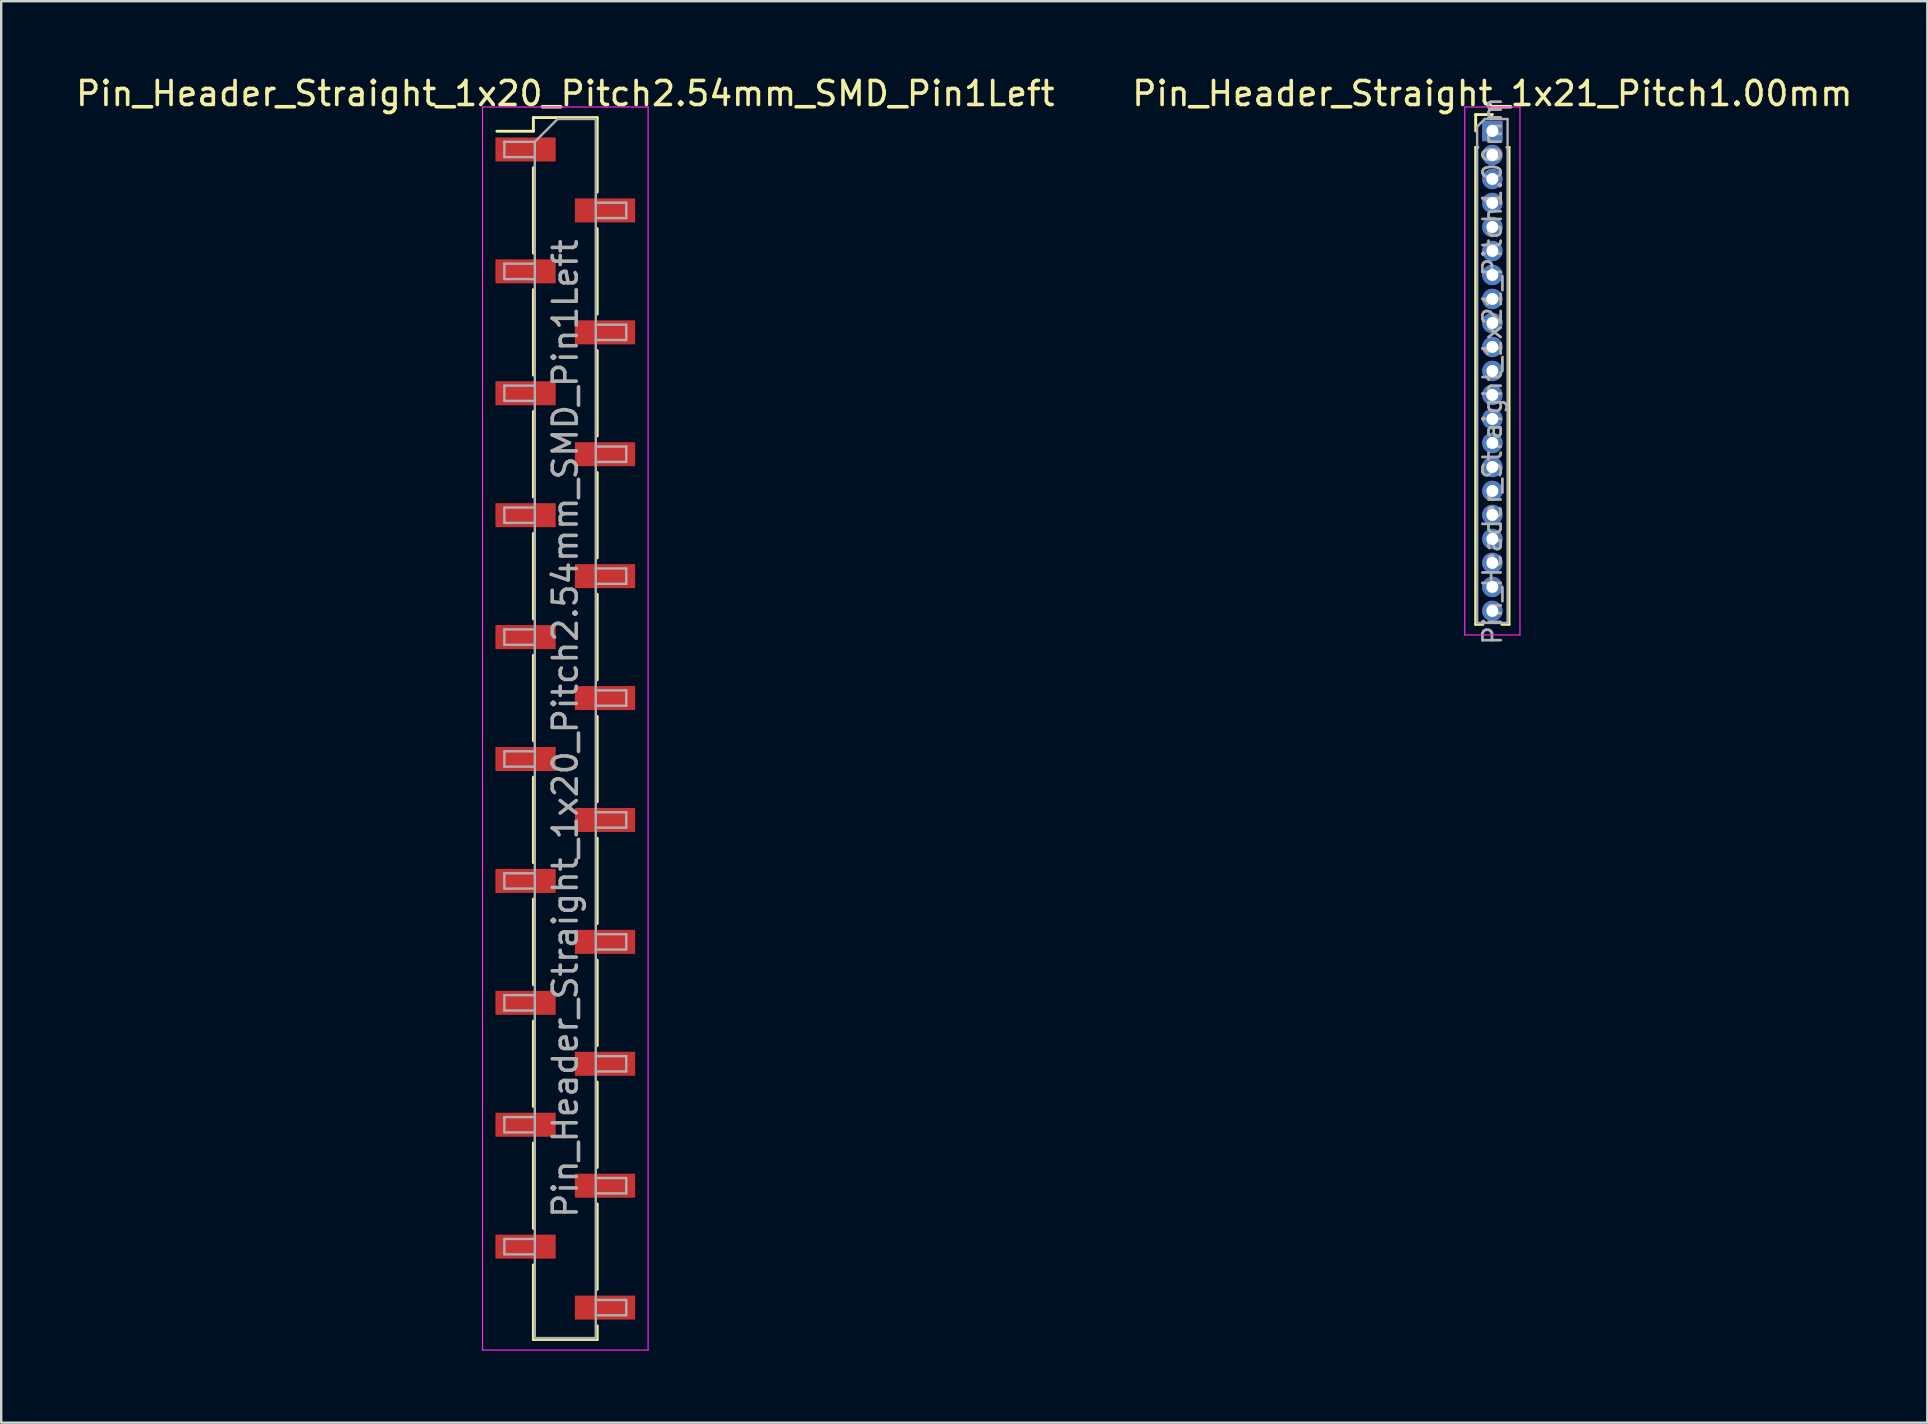
<source format=kicad_pcb>
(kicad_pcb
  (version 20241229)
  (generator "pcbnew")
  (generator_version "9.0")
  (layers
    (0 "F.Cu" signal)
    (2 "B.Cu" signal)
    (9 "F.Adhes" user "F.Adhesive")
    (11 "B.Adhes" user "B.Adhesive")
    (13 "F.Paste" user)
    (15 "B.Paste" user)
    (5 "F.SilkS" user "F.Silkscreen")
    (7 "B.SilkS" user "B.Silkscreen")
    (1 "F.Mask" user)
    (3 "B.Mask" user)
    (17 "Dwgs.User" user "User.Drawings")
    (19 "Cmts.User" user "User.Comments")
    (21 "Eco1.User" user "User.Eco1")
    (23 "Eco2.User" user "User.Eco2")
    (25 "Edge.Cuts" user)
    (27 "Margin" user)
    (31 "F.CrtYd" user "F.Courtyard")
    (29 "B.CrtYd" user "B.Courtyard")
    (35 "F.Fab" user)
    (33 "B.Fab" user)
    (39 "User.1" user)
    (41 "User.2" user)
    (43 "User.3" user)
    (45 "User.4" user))
  (footprint "Pin_Header_Straight_1x20_Pitch2.54mm_SMD_Pin1Left"
    (layer "F.Cu")
    (at 20.506 27.308)
    (property "Reference" "Pin_Header_Straight_1x20_Pitch2.54mm_SMD_Pin1Left" (at 0 -26.46 0) (layer "F.SilkS") (effects (font (size 1 1) (thickness 0.15))))
    (attr smd)
    (fp_line (start -1.33 -25.46) (end -1.33 -24.89) (stroke (width 0.12) (type solid)) (layer "F.SilkS"))
    (fp_line (start -1.33 -25.46) (end 1.33 -25.46) (stroke (width 0.12) (type solid)) (layer "F.SilkS"))
    (fp_line (start -1.33 -24.89) (end -2.85 -24.89) (stroke (width 0.12) (type solid)) (layer "F.SilkS"))
    (fp_line (start -1.33 -23.37) (end -1.33 -19.81) (stroke (width 0.12) (type solid)) (layer "F.SilkS"))
    (fp_line (start -1.33 -18.29) (end -1.33 -14.73) (stroke (width 0.12) (type solid)) (layer "F.SilkS"))
    (fp_line (start -1.33 -13.21) (end -1.33 -9.65) (stroke (width 0.12) (type solid)) (layer "F.SilkS"))
    (fp_line (start -1.33 -8.13) (end -1.33 -4.57) (stroke (width 0.12) (type solid)) (layer "F.SilkS"))
    (fp_line (start -1.33 -3.05) (end -1.33 0.51) (stroke (width 0.12) (type solid)) (layer "F.SilkS"))
    (fp_line (start -1.33 2.03) (end -1.33 5.59) (stroke (width 0.12) (type solid)) (layer "F.SilkS"))
    (fp_line (start -1.33 7.11) (end -1.33 10.67) (stroke (width 0.12) (type solid)) (layer "F.SilkS"))
    (fp_line (start -1.33 12.19) (end -1.33 15.75) (stroke (width 0.12) (type solid)) (layer "F.SilkS"))
    (fp_line (start -1.33 17.27) (end -1.33 20.83) (stroke (width 0.12) (type solid)) (layer "F.SilkS"))
    (fp_line (start -1.33 22.35) (end -1.33 25.46) (stroke (width 0.12) (type solid)) (layer "F.SilkS"))
    (fp_line (start -1.33 25.46) (end 1.33 25.46) (stroke (width 0.12) (type solid)) (layer "F.SilkS"))
    (fp_line (start 1.33 -25.46) (end 1.33 -22.35) (stroke (width 0.12) (type solid)) (layer "F.SilkS"))
    (fp_line (start 1.33 -20.83) (end 1.33 -17.27) (stroke (width 0.12) (type solid)) (layer "F.SilkS"))
    (fp_line (start 1.33 -15.75) (end 1.33 -12.19) (stroke (width 0.12) (type solid)) (layer "F.SilkS"))
    (fp_line (start 1.33 -10.67) (end 1.33 -7.11) (stroke (width 0.12) (type solid)) (layer "F.SilkS"))
    (fp_line (start 1.33 -5.59) (end 1.33 -2.03) (stroke (width 0.12) (type solid)) (layer "F.SilkS"))
    (fp_line (start 1.33 -0.51) (end 1.33 3.05) (stroke (width 0.12) (type solid)) (layer "F.SilkS"))
    (fp_line (start 1.33 4.57) (end 1.33 8.13) (stroke (width 0.12) (type solid)) (layer "F.SilkS"))
    (fp_line (start 1.33 9.65) (end 1.33 13.21) (stroke (width 0.12) (type solid)) (layer "F.SilkS"))
    (fp_line (start 1.33 14.73) (end 1.33 18.29) (stroke (width 0.12) (type solid)) (layer "F.SilkS"))
    (fp_line (start 1.33 19.81) (end 1.33 23.37) (stroke (width 0.12) (type solid)) (layer "F.SilkS"))
    (fp_line (start 1.33 24.89) (end 1.33 25.46) (stroke (width 0.12) (type solid)) (layer "F.SilkS"))
    (fp_line (start -3.45 -25.9) (end -3.45 25.9) (stroke (width 0.05) (type solid)) (layer "F.CrtYd"))
    (fp_line (start -3.45 25.9) (end 3.45 25.9) (stroke (width 0.05) (type solid)) (layer "F.CrtYd"))
    (fp_line (start 3.45 -25.9) (end -3.45 -25.9) (stroke (width 0.05) (type solid)) (layer "F.CrtYd"))
    (fp_line (start 3.45 25.9) (end 3.45 -25.9) (stroke (width 0.05) (type solid)) (layer "F.CrtYd"))
    (fp_line (start -2.54 -24.45) (end -2.54 -23.81) (stroke (width 0.1) (type solid)) (layer "F.Fab"))
    (fp_line (start -2.54 -23.81) (end -1.27 -23.81) (stroke (width 0.1) (type solid)) (layer "F.Fab"))
    (fp_line (start -2.54 -19.37) (end -2.54 -18.73) (stroke (width 0.1) (type solid)) (layer "F.Fab"))
    (fp_line (start -2.54 -18.73) (end -1.27 -18.73) (stroke (width 0.1) (type solid)) (layer "F.Fab"))
    (fp_line (start -2.54 -14.29) (end -2.54 -13.65) (stroke (width 0.1) (type solid)) (layer "F.Fab"))
    (fp_line (start -2.54 -13.65) (end -1.27 -13.65) (stroke (width 0.1) (type solid)) (layer "F.Fab"))
    (fp_line (start -2.54 -9.21) (end -2.54 -8.57) (stroke (width 0.1) (type solid)) (layer "F.Fab"))
    (fp_line (start -2.54 -8.57) (end -1.27 -8.57) (stroke (width 0.1) (type solid)) (layer "F.Fab"))
    (fp_line (start -2.54 -4.13) (end -2.54 -3.49) (stroke (width 0.1) (type solid)) (layer "F.Fab"))
    (fp_line (start -2.54 -3.49) (end -1.27 -3.49) (stroke (width 0.1) (type solid)) (layer "F.Fab"))
    (fp_line (start -2.54 0.95) (end -2.54 1.59) (stroke (width 0.1) (type solid)) (layer "F.Fab"))
    (fp_line (start -2.54 1.59) (end -1.27 1.59) (stroke (width 0.1) (type solid)) (layer "F.Fab"))
    (fp_line (start -2.54 6.03) (end -2.54 6.67) (stroke (width 0.1) (type solid)) (layer "F.Fab"))
    (fp_line (start -2.54 6.67) (end -1.27 6.67) (stroke (width 0.1) (type solid)) (layer "F.Fab"))
    (fp_line (start -2.54 11.11) (end -2.54 11.75) (stroke (width 0.1) (type solid)) (layer "F.Fab"))
    (fp_line (start -2.54 11.75) (end -1.27 11.75) (stroke (width 0.1) (type solid)) (layer "F.Fab"))
    (fp_line (start -2.54 16.19) (end -2.54 16.83) (stroke (width 0.1) (type solid)) (layer "F.Fab"))
    (fp_line (start -2.54 16.83) (end -1.27 16.83) (stroke (width 0.1) (type solid)) (layer "F.Fab"))
    (fp_line (start -2.54 21.27) (end -2.54 21.91) (stroke (width 0.1) (type solid)) (layer "F.Fab"))
    (fp_line (start -2.54 21.91) (end -1.27 21.91) (stroke (width 0.1) (type solid)) (layer "F.Fab"))
    (fp_line (start -1.27 -24.45) (end -2.54 -24.45) (stroke (width 0.1) (type solid)) (layer "F.Fab"))
    (fp_line (start -1.27 -24.45) (end -0.32 -25.4) (stroke (width 0.1) (type solid)) (layer "F.Fab"))
    (fp_line (start -1.27 -19.37) (end -2.54 -19.37) (stroke (width 0.1) (type solid)) (layer "F.Fab"))
    (fp_line (start -1.27 -14.29) (end -2.54 -14.29) (stroke (width 0.1) (type solid)) (layer "F.Fab"))
    (fp_line (start -1.27 -9.21) (end -2.54 -9.21) (stroke (width 0.1) (type solid)) (layer "F.Fab"))
    (fp_line (start -1.27 -4.13) (end -2.54 -4.13) (stroke (width 0.1) (type solid)) (layer "F.Fab"))
    (fp_line (start -1.27 0.95) (end -2.54 0.95) (stroke (width 0.1) (type solid)) (layer "F.Fab"))
    (fp_line (start -1.27 6.03) (end -2.54 6.03) (stroke (width 0.1) (type solid)) (layer "F.Fab"))
    (fp_line (start -1.27 11.11) (end -2.54 11.11) (stroke (width 0.1) (type solid)) (layer "F.Fab"))
    (fp_line (start -1.27 16.19) (end -2.54 16.19) (stroke (width 0.1) (type solid)) (layer "F.Fab"))
    (fp_line (start -1.27 21.27) (end -2.54 21.27) (stroke (width 0.1) (type solid)) (layer "F.Fab"))
    (fp_line (start -1.27 25.4) (end -1.27 -24.45) (stroke (width 0.1) (type solid)) (layer "F.Fab"))
    (fp_line (start -0.32 -25.4) (end 1.27 -25.4) (stroke (width 0.1) (type solid)) (layer "F.Fab"))
    (fp_line (start 1.27 -25.4) (end 1.27 25.4) (stroke (width 0.1) (type solid)) (layer "F.Fab"))
    (fp_line (start 1.27 -21.91) (end 2.54 -21.91) (stroke (width 0.1) (type solid)) (layer "F.Fab"))
    (fp_line (start 1.27 -16.83) (end 2.54 -16.83) (stroke (width 0.1) (type solid)) (layer "F.Fab"))
    (fp_line (start 1.27 -11.75) (end 2.54 -11.75) (stroke (width 0.1) (type solid)) (layer "F.Fab"))
    (fp_line (start 1.27 -6.67) (end 2.54 -6.67) (stroke (width 0.1) (type solid)) (layer "F.Fab"))
    (fp_line (start 1.27 -1.59) (end 2.54 -1.59) (stroke (width 0.1) (type solid)) (layer "F.Fab"))
    (fp_line (start 1.27 3.49) (end 2.54 3.49) (stroke (width 0.1) (type solid)) (layer "F.Fab"))
    (fp_line (start 1.27 8.57) (end 2.54 8.57) (stroke (width 0.1) (type solid)) (layer "F.Fab"))
    (fp_line (start 1.27 13.65) (end 2.54 13.65) (stroke (width 0.1) (type solid)) (layer "F.Fab"))
    (fp_line (start 1.27 18.73) (end 2.54 18.73) (stroke (width 0.1) (type solid)) (layer "F.Fab"))
    (fp_line (start 1.27 23.81) (end 2.54 23.81) (stroke (width 0.1) (type solid)) (layer "F.Fab"))
    (fp_line (start 1.27 25.4) (end -1.27 25.4) (stroke (width 0.1) (type solid)) (layer "F.Fab"))
    (fp_line (start 2.54 -21.91) (end 2.54 -21.27) (stroke (width 0.1) (type solid)) (layer "F.Fab"))
    (fp_line (start 2.54 -21.27) (end 1.27 -21.27) (stroke (width 0.1) (type solid)) (layer "F.Fab"))
    (fp_line (start 2.54 -16.83) (end 2.54 -16.19) (stroke (width 0.1) (type solid)) (layer "F.Fab"))
    (fp_line (start 2.54 -16.19) (end 1.27 -16.19) (stroke (width 0.1) (type solid)) (layer "F.Fab"))
    (fp_line (start 2.54 -11.75) (end 2.54 -11.11) (stroke (width 0.1) (type solid)) (layer "F.Fab"))
    (fp_line (start 2.54 -11.11) (end 1.27 -11.11) (stroke (width 0.1) (type solid)) (layer "F.Fab"))
    (fp_line (start 2.54 -6.67) (end 2.54 -6.03) (stroke (width 0.1) (type solid)) (layer "F.Fab"))
    (fp_line (start 2.54 -6.03) (end 1.27 -6.03) (stroke (width 0.1) (type solid)) (layer "F.Fab"))
    (fp_line (start 2.54 -1.59) (end 2.54 -0.95) (stroke (width 0.1) (type solid)) (layer "F.Fab"))
    (fp_line (start 2.54 -0.95) (end 1.27 -0.95) (stroke (width 0.1) (type solid)) (layer "F.Fab"))
    (fp_line (start 2.54 3.49) (end 2.54 4.13) (stroke (width 0.1) (type solid)) (layer "F.Fab"))
    (fp_line (start 2.54 4.13) (end 1.27 4.13) (stroke (width 0.1) (type solid)) (layer "F.Fab"))
    (fp_line (start 2.54 8.57) (end 2.54 9.21) (stroke (width 0.1) (type solid)) (layer "F.Fab"))
    (fp_line (start 2.54 9.21) (end 1.27 9.21) (stroke (width 0.1) (type solid)) (layer "F.Fab"))
    (fp_line (start 2.54 13.65) (end 2.54 14.29) (stroke (width 0.1) (type solid)) (layer "F.Fab"))
    (fp_line (start 2.54 14.29) (end 1.27 14.29) (stroke (width 0.1) (type solid)) (layer "F.Fab"))
    (fp_line (start 2.54 18.73) (end 2.54 19.37) (stroke (width 0.1) (type solid)) (layer "F.Fab"))
    (fp_line (start 2.54 19.37) (end 1.27 19.37) (stroke (width 0.1) (type solid)) (layer "F.Fab"))
    (fp_line (start 2.54 23.81) (end 2.54 24.45) (stroke (width 0.1) (type solid)) (layer "F.Fab"))
    (fp_line (start 2.54 24.45) (end 1.27 24.45) (stroke (width 0.1) (type solid)) (layer "F.Fab"))
    (fp_text user "${REFERENCE}" (at 0 0 90) (layer "F.Fab") (effects (font (size 1 1) (thickness 0.15))))
    (pad "1" smd rect (at -1.655 -24.13) (size 2.51 1) (layers "F.Cu" "F.Mask" "F.Paste"))
    (pad "2" smd rect (at 1.655 -21.59) (size 2.51 1) (layers "F.Cu" "F.Mask" "F.Paste"))
    (pad "3" smd rect (at -1.655 -19.05) (size 2.51 1) (layers "F.Cu" "F.Mask" "F.Paste"))
    (pad "4" smd rect (at 1.655 -16.51) (size 2.51 1) (layers "F.Cu" "F.Mask" "F.Paste"))
    (pad "5" smd rect (at -1.655 -13.97) (size 2.51 1) (layers "F.Cu" "F.Mask" "F.Paste"))
    (pad "6" smd rect (at 1.655 -11.43) (size 2.51 1) (layers "F.Cu" "F.Mask" "F.Paste"))
    (pad "7" smd rect (at -1.655 -8.89) (size 2.51 1) (layers "F.Cu" "F.Mask" "F.Paste"))
    (pad "8" smd rect (at 1.655 -6.35) (size 2.51 1) (layers "F.Cu" "F.Mask" "F.Paste"))
    (pad "9" smd rect (at -1.655 -3.81) (size 2.51 1) (layers "F.Cu" "F.Mask" "F.Paste"))
    (pad "10" smd rect (at 1.655 -1.27) (size 2.51 1) (layers "F.Cu" "F.Mask" "F.Paste"))
    (pad "11" smd rect (at -1.655 1.27) (size 2.51 1) (layers "F.Cu" "F.Mask" "F.Paste"))
    (pad "12" smd rect (at 1.655 3.81) (size 2.51 1) (layers "F.Cu" "F.Mask" "F.Paste"))
    (pad "13" smd rect (at -1.655 6.35) (size 2.51 1) (layers "F.Cu" "F.Mask" "F.Paste"))
    (pad "14" smd rect (at 1.655 8.89) (size 2.51 1) (layers "F.Cu" "F.Mask" "F.Paste"))
    (pad "15" smd rect (at -1.655 11.43) (size 2.51 1) (layers "F.Cu" "F.Mask" "F.Paste"))
    (pad "16" smd rect (at 1.655 13.97) (size 2.51 1) (layers "F.Cu" "F.Mask" "F.Paste"))
    (pad "17" smd rect (at -1.655 16.51) (size 2.51 1) (layers "F.Cu" "F.Mask" "F.Paste"))
    (pad "18" smd rect (at 1.655 19.05) (size 2.51 1) (layers "F.Cu" "F.Mask" "F.Paste"))
    (pad "19" smd rect (at -1.655 21.59) (size 2.51 1) (layers "F.Cu" "F.Mask" "F.Paste"))
    (pad "20" smd rect (at 1.655 24.13) (size 2.51 1) (layers "F.Cu" "F.Mask" "F.Paste")))
  (footprint "Pin_Header_Straight_1x21_Pitch1.00mm"
    (layer "F.Cu")
    (at 59.137 2.408)
    (property "Reference" "Pin_Header_Straight_1x21_Pitch1.00mm" (at 0 -1.56 0) (layer "F.SilkS") (effects (font (size 1 1) (thickness 0.15))))
    (attr through_hole)
    (fp_line (start -0.695 -0.685) (end 0 -0.685) (stroke (width 0.12) (type solid)) (layer "F.SilkS"))
    (fp_line (start -0.695 0) (end -0.695 -0.685) (stroke (width 0.12) (type solid)) (layer "F.SilkS"))
    (fp_line (start -0.695 0.685) (end -0.695 20.56) (stroke (width 0.12) (type solid)) (layer "F.SilkS"))
    (fp_line (start -0.695 0.685) (end -0.608 0.685) (stroke (width 0.12) (type solid)) (layer "F.SilkS"))
    (fp_line (start -0.695 20.56) (end -0.394 20.56) (stroke (width 0.12) (type solid)) (layer "F.SilkS"))
    (fp_line (start 0.394 20.56) (end 0.695 20.56) (stroke (width 0.12) (type solid)) (layer "F.SilkS"))
    (fp_line (start 0.608 0.685) (end 0.695 0.685) (stroke (width 0.12) (type solid)) (layer "F.SilkS"))
    (fp_line (start 0.695 0.685) (end 0.695 20.56) (stroke (width 0.12) (type solid)) (layer "F.SilkS"))
    (fp_line (start -1.15 -1) (end -1.15 21) (stroke (width 0.05) (type solid)) (layer "F.CrtYd"))
    (fp_line (start -1.15 21) (end 1.15 21) (stroke (width 0.05) (type solid)) (layer "F.CrtYd"))
    (fp_line (start 1.15 -1) (end -1.15 -1) (stroke (width 0.05) (type solid)) (layer "F.CrtYd"))
    (fp_line (start 1.15 21) (end 1.15 -1) (stroke (width 0.05) (type solid)) (layer "F.CrtYd"))
    (fp_line (start -0.635 -0.182) (end -0.318 -0.5) (stroke (width 0.1) (type solid)) (layer "F.Fab"))
    (fp_line (start -0.635 20.5) (end -0.635 -0.182) (stroke (width 0.1) (type solid)) (layer "F.Fab"))
    (fp_line (start -0.318 -0.5) (end 0.635 -0.5) (stroke (width 0.1) (type solid)) (layer "F.Fab"))
    (fp_line (start 0.635 -0.5) (end 0.635 20.5) (stroke (width 0.1) (type solid)) (layer "F.Fab"))
    (fp_line (start 0.635 20.5) (end -0.635 20.5) (stroke (width 0.1) (type solid)) (layer "F.Fab"))
    (fp_text user "${REFERENCE}" (at 0 10 90) (layer "F.Fab") (effects (font (size 0.76 0.76) (thickness 0.114))))
    (pad "1" thru_hole rect (at 0 0) (size 0.85 0.85) (drill 0.5) (layers "*.Cu" "*.Mask"))
    (pad "2" thru_hole oval (at 0 1) (size 0.85 0.85) (drill 0.5) (layers "*.Cu" "*.Mask"))
    (pad "3" thru_hole oval (at 0 2) (size 0.85 0.85) (drill 0.5) (layers "*.Cu" "*.Mask"))
    (pad "4" thru_hole oval (at 0 3) (size 0.85 0.85) (drill 0.5) (layers "*.Cu" "*.Mask"))
    (pad "5" thru_hole oval (at 0 4) (size 0.85 0.85) (drill 0.5) (layers "*.Cu" "*.Mask"))
    (pad "6" thru_hole oval (at 0 5) (size 0.85 0.85) (drill 0.5) (layers "*.Cu" "*.Mask"))
    (pad "7" thru_hole oval (at 0 6) (size 0.85 0.85) (drill 0.5) (layers "*.Cu" "*.Mask"))
    (pad "8" thru_hole oval (at 0 7) (size 0.85 0.85) (drill 0.5) (layers "*.Cu" "*.Mask"))
    (pad "9" thru_hole oval (at 0 8) (size 0.85 0.85) (drill 0.5) (layers "*.Cu" "*.Mask"))
    (pad "10" thru_hole oval (at 0 9) (size 0.85 0.85) (drill 0.5) (layers "*.Cu" "*.Mask"))
    (pad "11" thru_hole oval (at 0 10) (size 0.85 0.85) (drill 0.5) (layers "*.Cu" "*.Mask"))
    (pad "12" thru_hole oval (at 0 11) (size 0.85 0.85) (drill 0.5) (layers "*.Cu" "*.Mask"))
    (pad "13" thru_hole oval (at 0 12) (size 0.85 0.85) (drill 0.5) (layers "*.Cu" "*.Mask"))
    (pad "14" thru_hole oval (at 0 13) (size 0.85 0.85) (drill 0.5) (layers "*.Cu" "*.Mask"))
    (pad "15" thru_hole oval (at 0 14) (size 0.85 0.85) (drill 0.5) (layers "*.Cu" "*.Mask"))
    (pad "16" thru_hole oval (at 0 15) (size 0.85 0.85) (drill 0.5) (layers "*.Cu" "*.Mask"))
    (pad "17" thru_hole oval (at 0 16) (size 0.85 0.85) (drill 0.5) (layers "*.Cu" "*.Mask"))
    (pad "18" thru_hole oval (at 0 17) (size 0.85 0.85) (drill 0.5) (layers "*.Cu" "*.Mask"))
    (pad "19" thru_hole oval (at 0 18) (size 0.85 0.85) (drill 0.5) (layers "*.Cu" "*.Mask"))
    (pad "20" thru_hole oval (at 0 19) (size 0.85 0.85) (drill 0.5) (layers "*.Cu" "*.Mask"))
    (pad "21" thru_hole oval (at 0 20) (size 0.85 0.85) (drill 0.5) (layers "*.Cu" "*.Mask")))
  (gr_rect
    (start -3 -3)
    (end 77.262 56.233)
    (stroke (width 0.1) (type default))
    (fill no)
    (layer "Edge.Cuts")))
</source>
